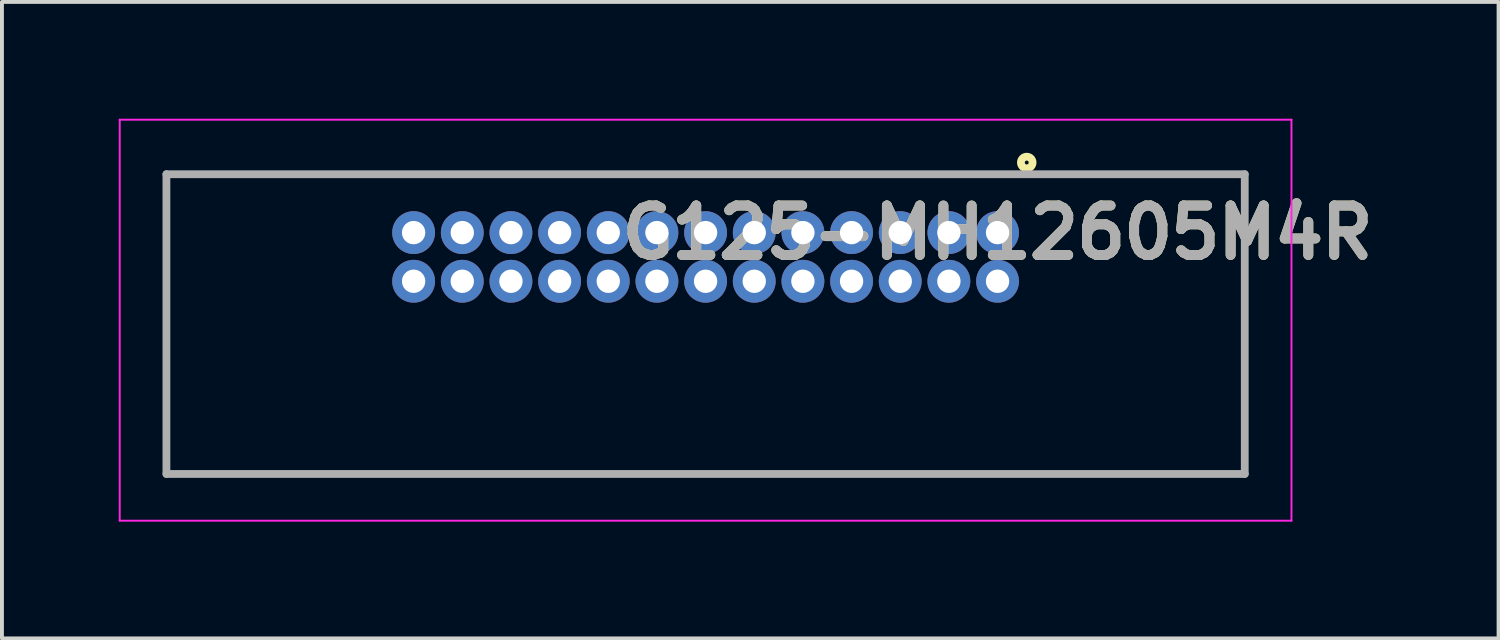
<source format=kicad_pcb>
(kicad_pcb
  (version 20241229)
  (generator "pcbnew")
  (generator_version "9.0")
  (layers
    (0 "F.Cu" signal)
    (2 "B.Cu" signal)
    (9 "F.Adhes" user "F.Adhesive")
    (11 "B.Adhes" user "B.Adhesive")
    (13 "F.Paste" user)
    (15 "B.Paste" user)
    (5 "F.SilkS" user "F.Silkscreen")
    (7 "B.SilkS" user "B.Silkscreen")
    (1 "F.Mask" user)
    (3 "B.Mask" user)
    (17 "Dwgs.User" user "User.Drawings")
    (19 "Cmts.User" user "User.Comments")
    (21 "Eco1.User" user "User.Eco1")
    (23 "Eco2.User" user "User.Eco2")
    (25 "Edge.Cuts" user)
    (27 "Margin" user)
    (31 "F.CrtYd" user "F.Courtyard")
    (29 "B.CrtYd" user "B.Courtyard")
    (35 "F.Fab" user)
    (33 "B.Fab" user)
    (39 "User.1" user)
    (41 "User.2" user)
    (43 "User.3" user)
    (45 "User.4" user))
  (footprint "G125-MH12605M4R"
    (layer "F.Cu")
    (at 22.575 2.925)
    (property "Reference" "G125-MH12605M4R" (at 0 0 0) (layer "F.SilkS") (effects (font (size 1.27 1.27) (thickness 0.254))))
    (attr through_hole)
    (fp_line (start -21.35 -1.5) (end 6.35 -1.5) (stroke (width 0.1) (type solid)) (layer "F.SilkS"))
    (fp_line (start -21.35 6.2) (end -21.35 -1.5) (stroke (width 0.1) (type solid)) (layer "F.SilkS"))
    (fp_line (start 6.35 -1.5) (end 6.35 6.2) (stroke (width 0.1) (type solid)) (layer "F.SilkS"))
    (fp_line (start 6.35 6.2) (end -21.35 6.2) (stroke (width 0.1) (type solid)) (layer "F.SilkS"))
    (fp_circle (center 0.75 -1.8) (end 0.75 -1.75) (stroke (width 0.2) (type solid)) (fill no) (layer "F.SilkS"))
    (fp_line (start -22.55 -2.9) (end 7.55 -2.9) (stroke (width 0.05) (type solid)) (layer "F.CrtYd"))
    (fp_line (start -22.55 7.4) (end -22.55 -2.9) (stroke (width 0.05) (type solid)) (layer "F.CrtYd"))
    (fp_line (start 7.55 -2.9) (end 7.55 7.4) (stroke (width 0.05) (type solid)) (layer "F.CrtYd"))
    (fp_line (start 7.55 7.4) (end -22.55 7.4) (stroke (width 0.05) (type solid)) (layer "F.CrtYd"))
    (fp_line (start -21.35 -1.5) (end 6.35 -1.5) (stroke (width 0.2) (type solid)) (layer "F.Fab"))
    (fp_line (start -21.35 6.2) (end -21.35 -1.5) (stroke (width 0.2) (type solid)) (layer "F.Fab"))
    (fp_line (start 6.35 -1.5) (end 6.35 6.2) (stroke (width 0.2) (type solid)) (layer "F.Fab"))
    (fp_line (start 6.35 6.2) (end -21.35 6.2) (stroke (width 0.2) (type solid)) (layer "F.Fab"))
    (fp_text user "${REFERENCE}" (at 0 0 0) (layer "F.Fab") (effects (font (size 1.27 1.27) (thickness 0.254))))
    (pad "" np_thru_hole circle (at -18.9 0) (size 0.001 0.001) (drill 2.2) (layers "*.Cu" "*.Mask"))
    (pad "" np_thru_hole circle (at 3.9 0) (size 0.001 0.001) (drill 2.2) (layers "*.Cu" "*.Mask"))
    (pad "1" thru_hole circle (at 0 0) (size 1.1 1.1) (drill 0.6) (layers "*.Cu" "*.Mask"))
    (pad "2" thru_hole circle (at -1.25 0) (size 1.1 1.1) (drill 0.6) (layers "*.Cu" "*.Mask"))
    (pad "3" thru_hole circle (at -2.5 0) (size 1.1 1.1) (drill 0.6) (layers "*.Cu" "*.Mask"))
    (pad "4" thru_hole circle (at -3.75 0) (size 1.1 1.1) (drill 0.6) (layers "*.Cu" "*.Mask"))
    (pad "5" thru_hole circle (at -5 0) (size 1.1 1.1) (drill 0.6) (layers "*.Cu" "*.Mask"))
    (pad "6" thru_hole circle (at -6.25 0) (size 1.1 1.1) (drill 0.6) (layers "*.Cu" "*.Mask"))
    (pad "7" thru_hole circle (at -7.5 0) (size 1.1 1.1) (drill 0.6) (layers "*.Cu" "*.Mask"))
    (pad "8" thru_hole circle (at -8.75 0) (size 1.1 1.1) (drill 0.6) (layers "*.Cu" "*.Mask"))
    (pad "9" thru_hole circle (at -10 0) (size 1.1 1.1) (drill 0.6) (layers "*.Cu" "*.Mask"))
    (pad "10" thru_hole circle (at -11.25 0) (size 1.1 1.1) (drill 0.6) (layers "*.Cu" "*.Mask"))
    (pad "11" thru_hole circle (at -12.5 0) (size 1.1 1.1) (drill 0.6) (layers "*.Cu" "*.Mask"))
    (pad "12" thru_hole circle (at -13.75 0) (size 1.1 1.1) (drill 0.6) (layers "*.Cu" "*.Mask"))
    (pad "13" thru_hole circle (at -15 0) (size 1.1 1.1) (drill 0.6) (layers "*.Cu" "*.Mask"))
    (pad "14" thru_hole circle (at 0 1.25) (size 1.1 1.1) (drill 0.6) (layers "*.Cu" "*.Mask"))
    (pad "15" thru_hole circle (at -1.25 1.25) (size 1.1 1.1) (drill 0.6) (layers "*.Cu" "*.Mask"))
    (pad "16" thru_hole circle (at -2.5 1.25) (size 1.1 1.1) (drill 0.6) (layers "*.Cu" "*.Mask"))
    (pad "17" thru_hole circle (at -3.75 1.25) (size 1.1 1.1) (drill 0.6) (layers "*.Cu" "*.Mask"))
    (pad "18" thru_hole circle (at -5 1.25) (size 1.1 1.1) (drill 0.6) (layers "*.Cu" "*.Mask"))
    (pad "19" thru_hole circle (at -6.25 1.25) (size 1.1 1.1) (drill 0.6) (layers "*.Cu" "*.Mask"))
    (pad "20" thru_hole circle (at -7.5 1.25) (size 1.1 1.1) (drill 0.6) (layers "*.Cu" "*.Mask"))
    (pad "21" thru_hole circle (at -8.75 1.25) (size 1.1 1.1) (drill 0.6) (layers "*.Cu" "*.Mask"))
    (pad "22" thru_hole circle (at -10 1.25) (size 1.1 1.1) (drill 0.6) (layers "*.Cu" "*.Mask"))
    (pad "23" thru_hole circle (at -11.25 1.25) (size 1.1 1.1) (drill 0.6) (layers "*.Cu" "*.Mask"))
    (pad "24" thru_hole circle (at -12.5 1.25) (size 1.1 1.1) (drill 0.6) (layers "*.Cu" "*.Mask"))
    (pad "25" thru_hole circle (at -13.75 1.25) (size 1.1 1.1) (drill 0.6) (layers "*.Cu" "*.Mask"))
    (pad "26" thru_hole circle (at -15 1.25) (size 1.1 1.1) (drill 0.6) (layers "*.Cu" "*.Mask")))
  (gr_rect
    (start -3 -3)
    (end 35.445 13.35)
    (stroke (width 0.1) (type default))
    (fill no)
    (layer "Edge.Cuts")))
</source>
